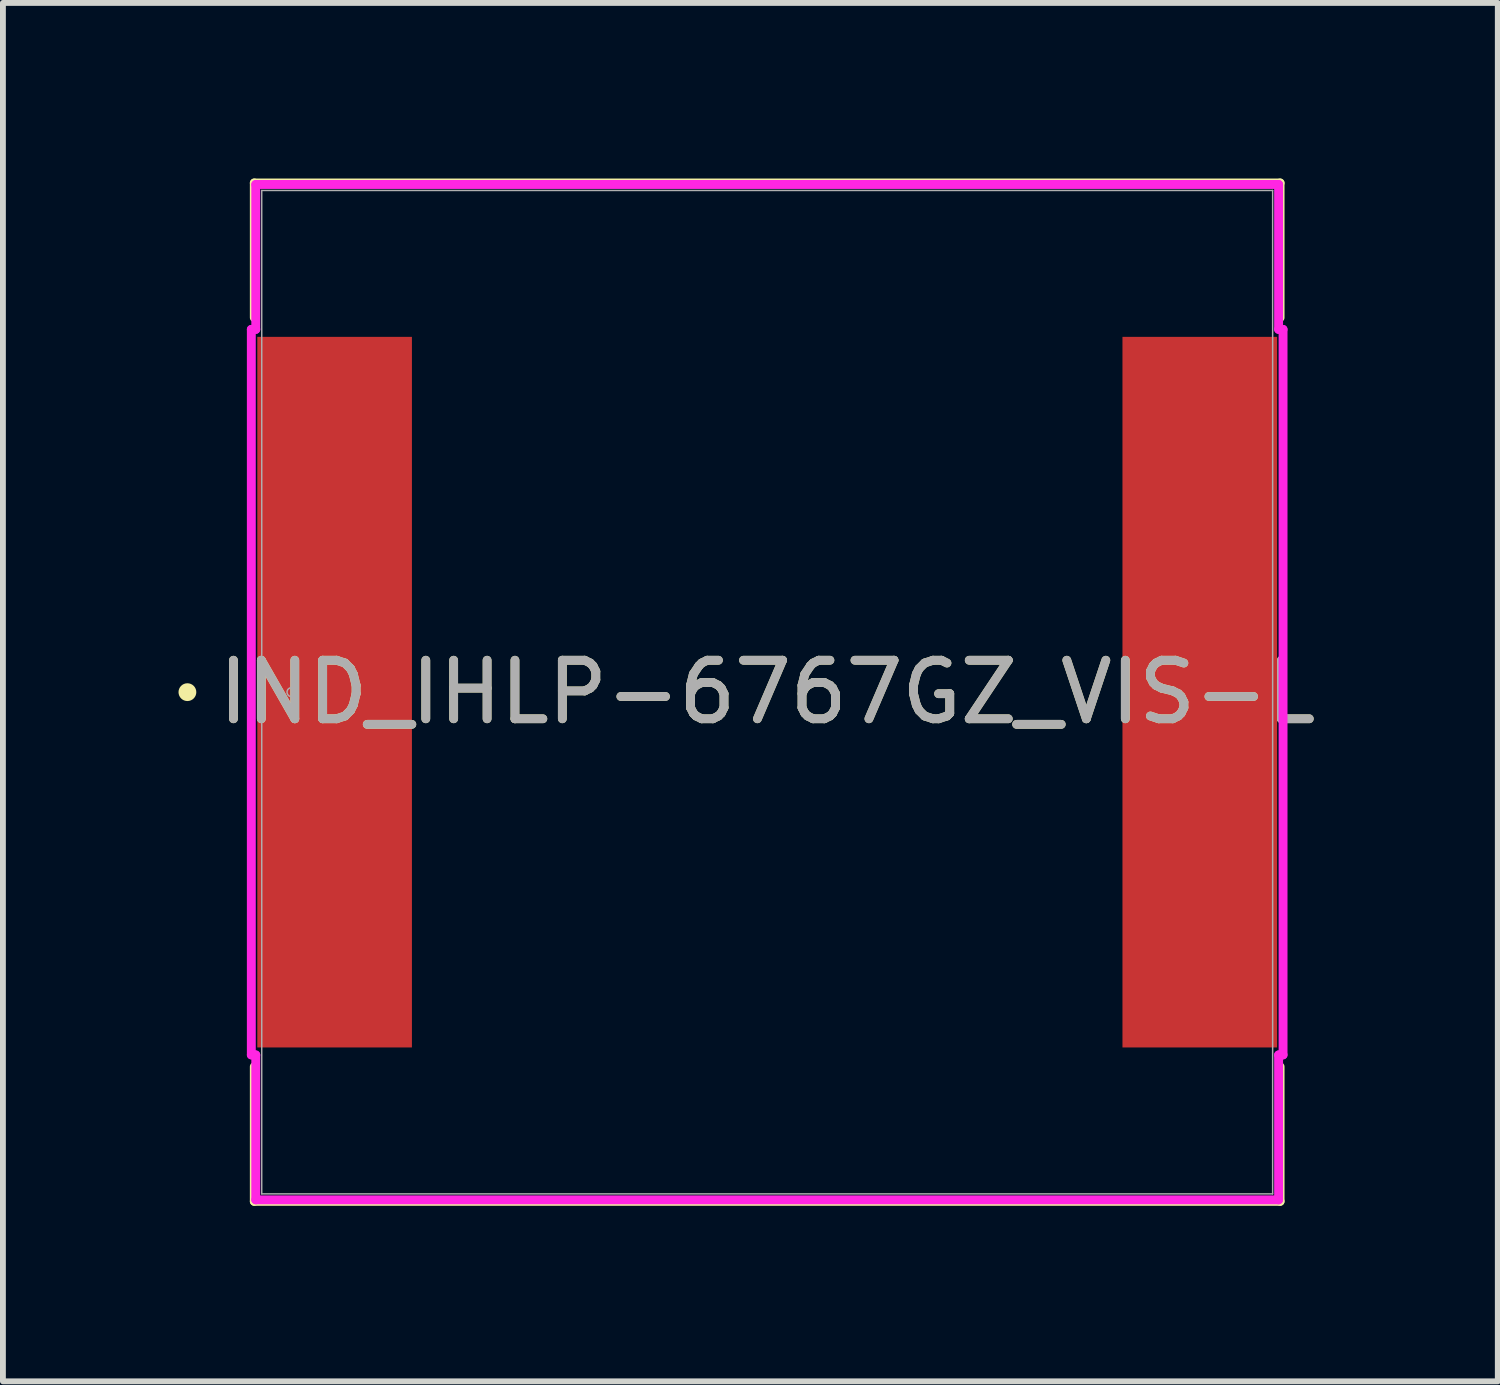
<source format=kicad_pcb>
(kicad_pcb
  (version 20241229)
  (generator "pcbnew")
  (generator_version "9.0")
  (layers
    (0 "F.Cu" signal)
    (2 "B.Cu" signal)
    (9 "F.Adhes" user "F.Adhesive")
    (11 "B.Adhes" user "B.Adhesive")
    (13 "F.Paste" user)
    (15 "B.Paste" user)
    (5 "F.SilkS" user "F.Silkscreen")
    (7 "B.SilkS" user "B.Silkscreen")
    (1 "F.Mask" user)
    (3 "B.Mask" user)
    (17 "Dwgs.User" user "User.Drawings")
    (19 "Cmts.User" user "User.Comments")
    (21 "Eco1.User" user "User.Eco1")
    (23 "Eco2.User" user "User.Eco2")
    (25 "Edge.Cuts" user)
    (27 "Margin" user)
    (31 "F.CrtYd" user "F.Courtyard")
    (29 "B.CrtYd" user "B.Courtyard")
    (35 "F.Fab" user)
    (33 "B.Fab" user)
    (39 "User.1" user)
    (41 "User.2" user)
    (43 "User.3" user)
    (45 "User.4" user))
  (footprint "IND_IHLP-6767GZ_VIS-L"
    (layer "F.Cu")
    (at 10.058 8.776)
    (property "Reference" "IND_IHLP-6767GZ_VIS-L" (at 0 0 0) (unlocked yes) (layer "F.SilkS") (effects (font (size 1 1) (thickness 0.15))))
    (attr smd)
    (fp_line (start -8.763 -8.7) (end -8.763 -6.399) (stroke (width 0.152) (type solid)) (layer "F.SilkS"))
    (fp_line (start -8.763 6.399) (end -8.763 8.7) (stroke (width 0.152) (type solid)) (layer "F.SilkS"))
    (fp_line (start -8.763 8.7) (end 8.763 8.7) (stroke (width 0.152) (type solid)) (layer "F.SilkS"))
    (fp_line (start 8.763 -8.7) (end -8.763 -8.7) (stroke (width 0.152) (type solid)) (layer "F.SilkS"))
    (fp_line (start 8.763 -6.399) (end 8.763 -8.7) (stroke (width 0.152) (type solid)) (layer "F.SilkS"))
    (fp_line (start 8.763 8.7) (end 8.763 6.399) (stroke (width 0.152) (type solid)) (layer "F.SilkS"))
    (fp_circle (center -9.906 0) (end -9.83 0) (stroke (width 0.152) (type solid)) (fill no) (layer "F.SilkS"))
    (fp_line (start -8.814 -6.198) (end -8.738 -6.198) (stroke (width 0.152) (type solid)) (layer "F.CrtYd"))
    (fp_line (start -8.814 6.198) (end -8.814 -6.198) (stroke (width 0.152) (type solid)) (layer "F.CrtYd"))
    (fp_line (start -8.738 -8.674) (end 8.738 -8.674) (stroke (width 0.152) (type solid)) (layer "F.CrtYd"))
    (fp_line (start -8.738 -6.198) (end -8.738 -8.674) (stroke (width 0.152) (type solid)) (layer "F.CrtYd"))
    (fp_line (start -8.738 6.198) (end -8.814 6.198) (stroke (width 0.152) (type solid)) (layer "F.CrtYd"))
    (fp_line (start -8.738 8.674) (end -8.738 6.198) (stroke (width 0.152) (type solid)) (layer "F.CrtYd"))
    (fp_line (start 8.738 -8.674) (end 8.738 -6.198) (stroke (width 0.152) (type solid)) (layer "F.CrtYd"))
    (fp_line (start 8.738 -6.198) (end 8.814 -6.198) (stroke (width 0.152) (type solid)) (layer "F.CrtYd"))
    (fp_line (start 8.738 6.198) (end 8.738 8.674) (stroke (width 0.152) (type solid)) (layer "F.CrtYd"))
    (fp_line (start 8.738 8.674) (end -8.738 8.674) (stroke (width 0.152) (type solid)) (layer "F.CrtYd"))
    (fp_line (start 8.814 -6.198) (end 8.814 6.198) (stroke (width 0.152) (type solid)) (layer "F.CrtYd"))
    (fp_line (start 8.814 6.198) (end 8.738 6.198) (stroke (width 0.152) (type solid)) (layer "F.CrtYd"))
    (fp_line (start -8.636 -8.572) (end -8.636 8.572) (stroke (width 0.025) (type solid)) (layer "F.Fab"))
    (fp_line (start -8.636 8.572) (end 8.636 8.572) (stroke (width 0.025) (type solid)) (layer "F.Fab"))
    (fp_line (start 8.636 -8.572) (end -8.636 -8.572) (stroke (width 0.025) (type solid)) (layer "F.Fab"))
    (fp_line (start 8.636 8.572) (end 8.636 -8.572) (stroke (width 0.025) (type solid)) (layer "F.Fab"))
    (fp_circle (center -8.128 0) (end -8.052 0) (stroke (width 0.025) (type solid)) (fill no) (layer "F.Fab"))
    (fp_text user "${REFERENCE}" (at 0 0 0) (unlocked yes) (layer "F.Fab") (effects (font (size 1 1) (thickness 0.15))))
    (pad "1" smd rect (at -7.391 0 90) (size 12.141 2.642) (layers "F.Cu" "F.Mask" "F.Paste"))
    (pad "2" smd rect (at 7.391 0 90) (size 12.141 2.642) (layers "F.Cu" "F.Mask" "F.Paste"))
    (zone (net_name "") (layer "F.Cu") (hatch full 0.508) (connect_pads) (min_thickness 0.254) (filled_areas_thickness no) (keepout (tracks not_allowed) (vias not_allowed) (pads allowed) (copperpour not_allowed) (footprints allowed)) (placement (enabled no)) (fill) (polygon (pts (xy 1.473 0.254) (xy 18.644 0.254) (xy 18.644 2.629) (xy 1.473 2.629))))
    (zone (net_name "") (layer "F.Cu") (hatch full 0.508) (connect_pads) (min_thickness 0.254) (filled_areas_thickness no) (keepout (tracks not_allowed) (vias not_allowed) (pads allowed) (copperpour not_allowed) (footprints allowed)) (placement (enabled no)) (fill) (polygon (pts (xy 1.473 14.922) (xy 18.644 14.922) (xy 18.644 17.297) (xy 1.473 17.297))))
    (zone (net_name "") (layer "F.Cu") (hatch full 0.508) (connect_pads) (min_thickness 0.254) (filled_areas_thickness no) (keepout (tracks not_allowed) (vias not_allowed) (pads allowed) (copperpour not_allowed) (footprints allowed)) (placement (enabled no)) (fill) (polygon (pts (xy 4.039 2.629) (xy 16.078 2.629) (xy 16.078 14.922) (xy 4.039 14.922)))))
  (gr_rect
    (start -3 -3)
    (end 22.541 20.551)
    (stroke (width 0.1) (type default))
    (fill no)
    (layer "Edge.Cuts")))
</source>
